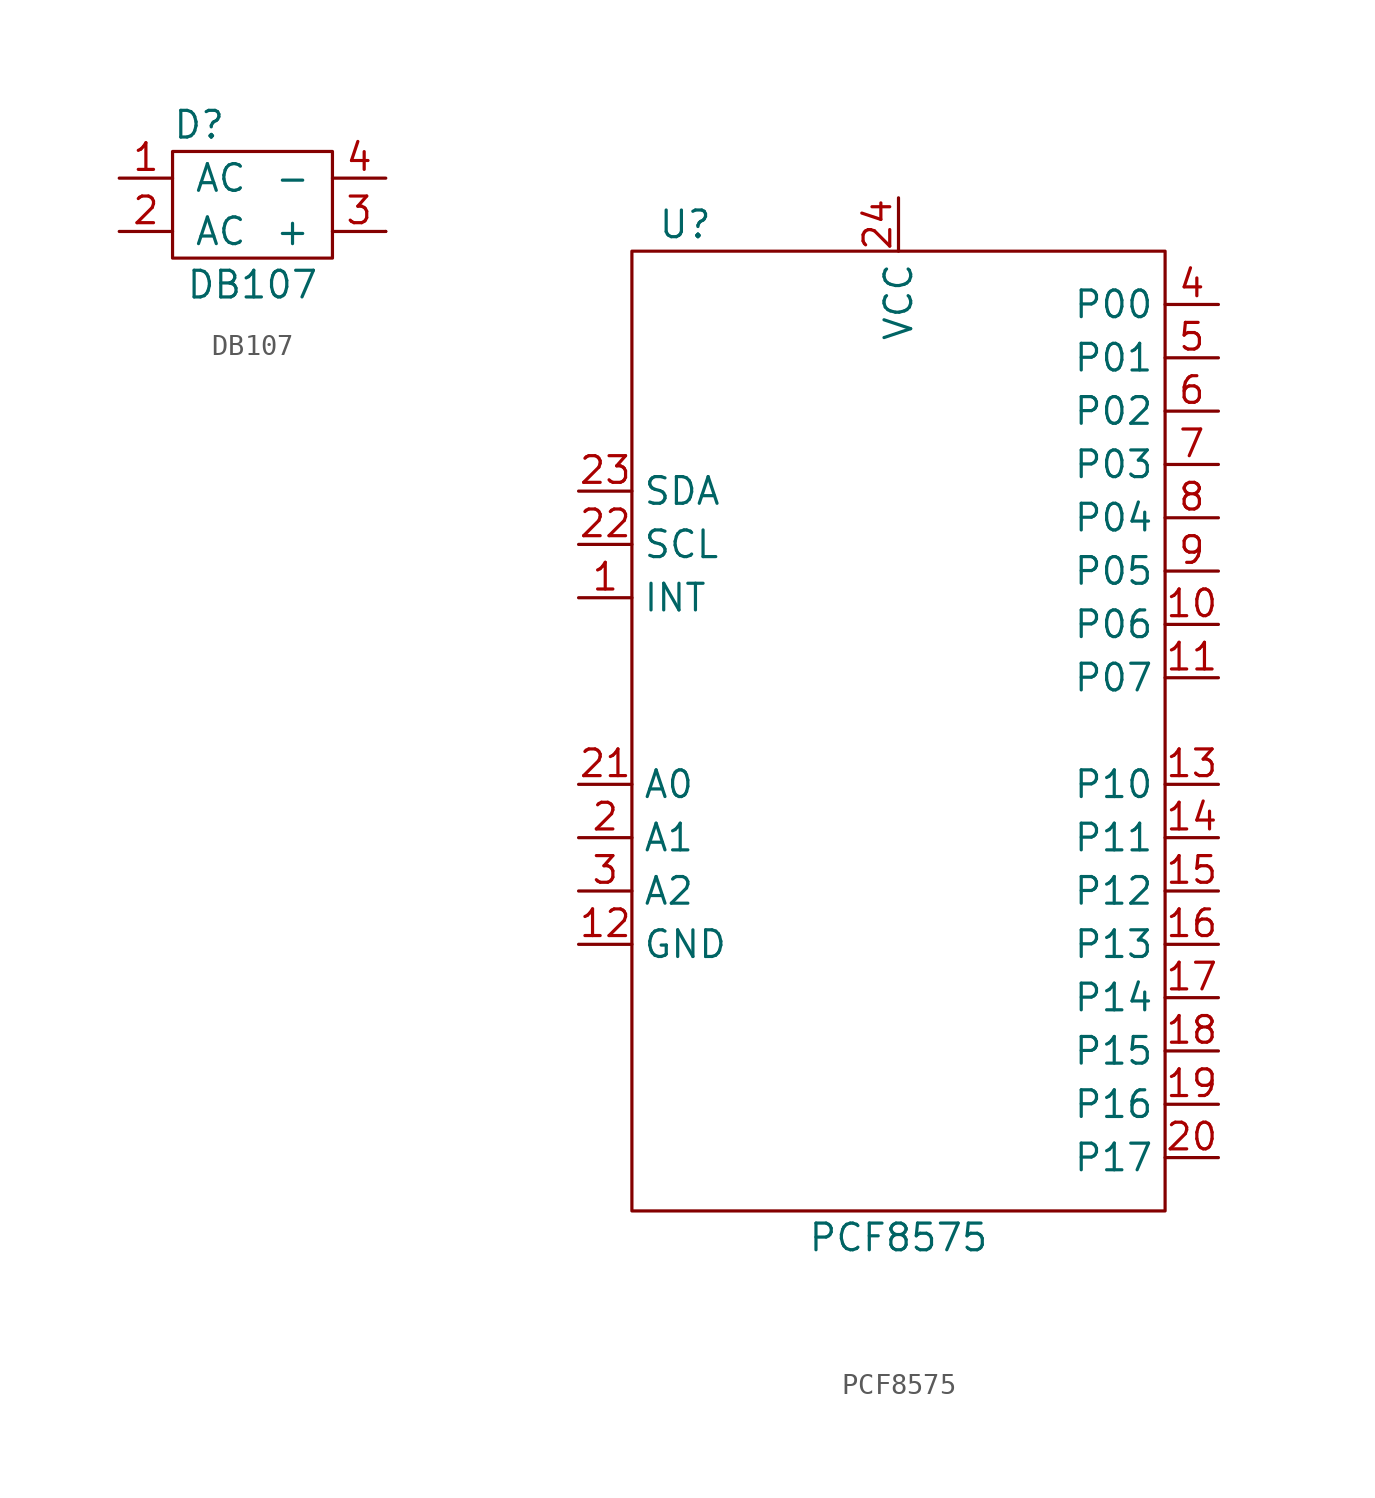
<source format=kicad_sym>
(kicad_symbol_lib
  (version 20210619)
  (generator kicad_symbol_editor)
  (symbol "custom:DB107"
    (pin_names
      (offset 1.016))
    (property "Reference" "D"
      (at -2.54 3.81 0)
      (effects (font (size 1.27 1.27))))
    (property "Value" "DB107"
      (at 0 -3.81 0)
      (effects (font (size 1.27 1.27))))
    (symbol "DB107_0_1"
      (rectangle (start -3.81 2.54) (end 3.81 -2.54) (stroke (width 0)) (fill (type none)))
      (rectangle (start 6.35 -1.27) (end 6.35 -1.27) (stroke (width 0)) (fill (type none))))
    (symbol "DB107_1_1"
      (pin power_in line (at -6.35 1.27 0) (length 2.54) (name "AC" (effects (font (size 1.27 1.27)))) (number "1" (effects (font (size 1.27 1.27)))))
      (pin power_in line (at -6.35 -1.27 0) (length 2.54) (name "AC" (effects (font (size 1.27 1.27)))) (number "2" (effects (font (size 1.27 1.27)))))
      (pin power_out line (at 6.35 -1.27 180) (length 2.54) (name "+" (effects (font (size 1.27 1.27)))) (number "3" (effects (font (size 1.27 1.27)))))
      (pin power_out line (at 6.35 1.27 180) (length 2.54) (name "-" (effects (font (size 1.27 1.27)))) (number "4" (effects (font (size 1.27 1.27)))))))
  (symbol "custom:PCF8575"
    (property "Reference" "U"
      (at -10.16 24.13 0)
      (effects (font (size 1.27 1.27))))
    (property "Value" "PCF8575"
      (at 0 -24.13 0)
      (effects (font (size 1.27 1.27))))
    (symbol "PCF8575_0_1"
      (rectangle (start -12.7 22.86) (end 12.7 -22.86) (stroke (width 0.152)) (fill (type none))))
    (symbol "PCF8575_1_1"
      (pin output line (at -15.24 6.35 0) (length 2.54) (name "INT" (effects (font (size 1.27 1.27)))) (number "1" (effects (font (size 1.27 1.27)))))
      (pin bidirectional line (at 15.24 5.08 180) (length 2.54) (name "P06" (effects (font (size 1.27 1.27)))) (number "10" (effects (font (size 1.27 1.27)))))
      (pin bidirectional line (at 15.24 2.54 180) (length 2.54) (name "P07" (effects (font (size 1.27 1.27)))) (number "11" (effects (font (size 1.27 1.27)))))
      (pin power_in line (at -15.24 -10.16 0) (length 2.54) (name "GND" (effects (font (size 1.27 1.27)))) (number "12" (effects (font (size 1.27 1.27)))))
      (pin bidirectional line (at 15.24 -2.54 180) (length 2.54) (name "P10" (effects (font (size 1.27 1.27)))) (number "13" (effects (font (size 1.27 1.27)))))
      (pin bidirectional line (at 15.24 -5.08 180) (length 2.54) (name "P11" (effects (font (size 1.27 1.27)))) (number "14" (effects (font (size 1.27 1.27)))))
      (pin bidirectional line (at 15.24 -7.62 180) (length 2.54) (name "P12" (effects (font (size 1.27 1.27)))) (number "15" (effects (font (size 1.27 1.27)))))
      (pin bidirectional line (at 15.24 -10.16 180) (length 2.54) (name "P13" (effects (font (size 1.27 1.27)))) (number "16" (effects (font (size 1.27 1.27)))))
      (pin bidirectional line (at 15.24 -12.7 180) (length 2.54) (name "P14" (effects (font (size 1.27 1.27)))) (number "17" (effects (font (size 1.27 1.27)))))
      (pin bidirectional line (at 15.24 -15.24 180) (length 2.54) (name "P15" (effects (font (size 1.27 1.27)))) (number "18" (effects (font (size 1.27 1.27)))))
      (pin bidirectional line (at 15.24 -17.78 180) (length 2.54) (name "P16" (effects (font (size 1.27 1.27)))) (number "19" (effects (font (size 1.27 1.27)))))
      (pin input line (at -15.24 -5.08 0) (length 2.54) (name "A1" (effects (font (size 1.27 1.27)))) (number "2" (effects (font (size 1.27 1.27)))))
      (pin bidirectional line (at 15.24 -20.32 180) (length 2.54) (name "P17" (effects (font (size 1.27 1.27)))) (number "20" (effects (font (size 1.27 1.27)))))
      (pin input line (at -15.24 -2.54 0) (length 2.54) (name "A0" (effects (font (size 1.27 1.27)))) (number "21" (effects (font (size 1.27 1.27)))))
      (pin bidirectional line (at -15.24 8.89 0) (length 2.54) (name "SCL" (effects (font (size 1.27 1.27)))) (number "22" (effects (font (size 1.27 1.27)))))
      (pin bidirectional line (at -15.24 11.43 0) (length 2.54) (name "SDA" (effects (font (size 1.27 1.27)))) (number "23" (effects (font (size 1.27 1.27)))))
      (pin power_in line (at 0 25.4 270) (length 2.54) (name "VCC" (effects (font (size 1.27 1.27)))) (number "24" (effects (font (size 1.27 1.27)))))
      (pin input line (at -15.24 -7.62 0) (length 2.54) (name "A2" (effects (font (size 1.27 1.27)))) (number "3" (effects (font (size 1.27 1.27)))))
      (pin bidirectional line (at 15.24 20.32 180) (length 2.54) (name "P00" (effects (font (size 1.27 1.27)))) (number "4" (effects (font (size 1.27 1.27)))))
      (pin bidirectional line (at 15.24 17.78 180) (length 2.54) (name "P01" (effects (font (size 1.27 1.27)))) (number "5" (effects (font (size 1.27 1.27)))))
      (pin bidirectional line (at 15.24 15.24 180) (length 2.54) (name "P02" (effects (font (size 1.27 1.27)))) (number "6" (effects (font (size 1.27 1.27)))))
      (pin bidirectional line (at 15.24 12.7 180) (length 2.54) (name "P03" (effects (font (size 1.27 1.27)))) (number "7" (effects (font (size 1.27 1.27)))))
      (pin bidirectional line (at 15.24 10.16 180) (length 2.54) (name "P04" (effects (font (size 1.27 1.27)))) (number "8" (effects (font (size 1.27 1.27)))))
      (pin bidirectional line (at 15.24 7.62 180) (length 2.54) (name "P05" (effects (font (size 1.27 1.27)))) (number "9" (effects (font (size 1.27 1.27))))))))
</source>
